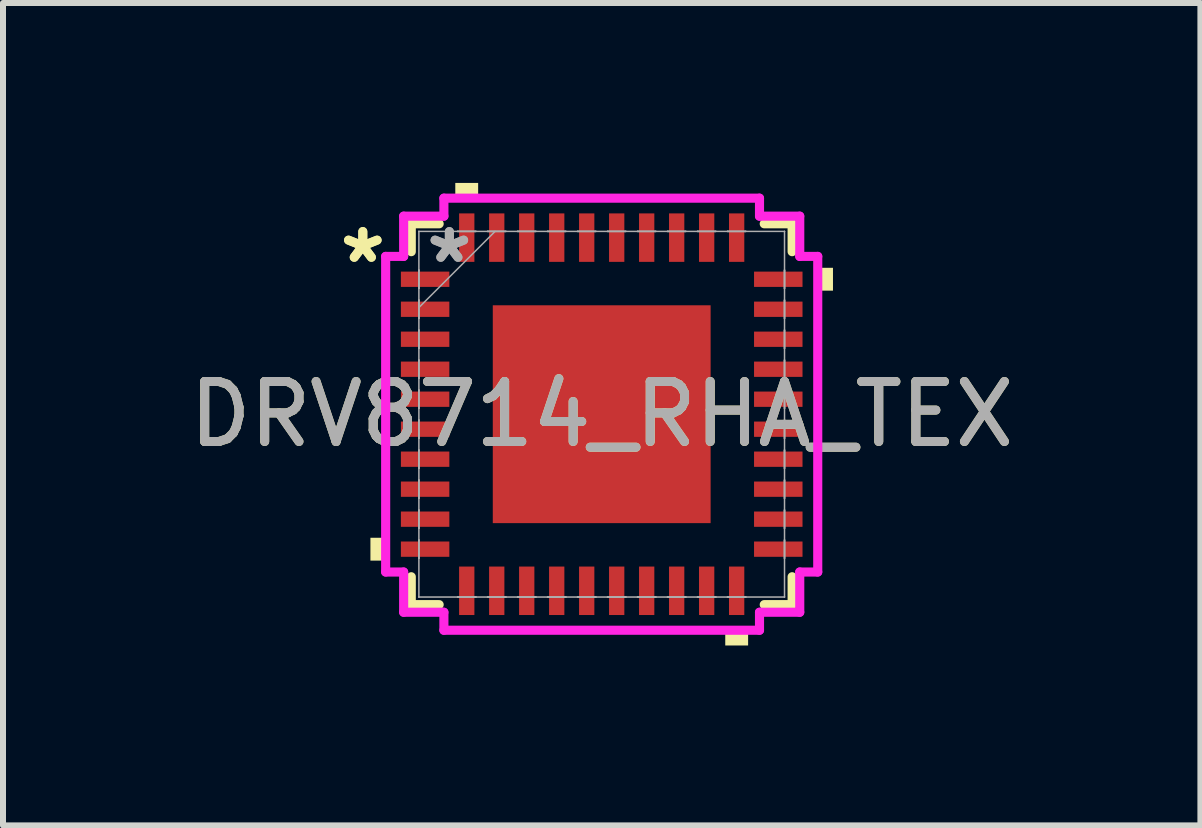
<source format=kicad_pcb>
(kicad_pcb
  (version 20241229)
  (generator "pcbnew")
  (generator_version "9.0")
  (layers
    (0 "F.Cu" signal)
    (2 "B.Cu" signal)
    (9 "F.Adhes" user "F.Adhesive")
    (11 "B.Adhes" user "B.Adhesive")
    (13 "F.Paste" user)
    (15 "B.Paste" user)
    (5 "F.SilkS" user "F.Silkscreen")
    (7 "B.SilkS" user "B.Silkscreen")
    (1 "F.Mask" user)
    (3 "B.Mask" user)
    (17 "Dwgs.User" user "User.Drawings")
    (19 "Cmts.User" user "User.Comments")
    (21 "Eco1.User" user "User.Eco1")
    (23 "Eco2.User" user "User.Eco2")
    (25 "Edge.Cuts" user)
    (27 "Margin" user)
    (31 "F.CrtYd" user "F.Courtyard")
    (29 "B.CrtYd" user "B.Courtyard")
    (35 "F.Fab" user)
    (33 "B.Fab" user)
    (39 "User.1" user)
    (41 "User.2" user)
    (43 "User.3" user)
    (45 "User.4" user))
  (footprint "DRV8714_RHA_TEX"
    (layer "F.Cu")
    (at 6.982 3.856)
    (property "Reference" "DRV8714_RHA_TEX" (at 0 0 0) (unlocked yes) (layer "F.SilkS") (effects (font (size 1 1) (thickness 0.15))))
    (attr smd)
    (fp_line (start -3.175 -3.175) (end -3.175 -2.71) (stroke (width 0.152) (type solid)) (layer "F.SilkS"))
    (fp_line (start -3.175 2.71) (end -3.175 3.175) (stroke (width 0.152) (type solid)) (layer "F.SilkS"))
    (fp_line (start -3.175 3.175) (end -2.71 3.175) (stroke (width 0.152) (type solid)) (layer "F.SilkS"))
    (fp_line (start -2.71 -3.175) (end -3.175 -3.175) (stroke (width 0.152) (type solid)) (layer "F.SilkS"))
    (fp_line (start 2.71 3.175) (end 3.175 3.175) (stroke (width 0.152) (type solid)) (layer "F.SilkS"))
    (fp_line (start 3.175 -3.175) (end 2.71 -3.175) (stroke (width 0.152) (type solid)) (layer "F.SilkS"))
    (fp_line (start 3.175 -2.71) (end 3.175 -3.175) (stroke (width 0.152) (type solid)) (layer "F.SilkS"))
    (fp_line (start 3.175 3.175) (end 3.175 2.71) (stroke (width 0.152) (type solid)) (layer "F.SilkS"))
    (fp_poly (pts (xy -3.856 2.06) (xy -3.856 2.441) (xy -3.602 2.441) (xy -3.602 2.06)) (stroke (width 0) (type solid)) (fill yes) (layer "F.SilkS"))
    (fp_poly (pts (xy -2.441 -3.602) (xy -2.441 -3.856) (xy -2.06 -3.856) (xy -2.06 -3.602)) (stroke (width 0) (type solid)) (fill yes) (layer "F.SilkS"))
    (fp_poly (pts (xy 2.06 3.602) (xy 2.06 3.856) (xy 2.441 3.856) (xy 2.441 3.602)) (stroke (width 0) (type solid)) (fill yes) (layer "F.SilkS"))
    (fp_poly (pts (xy 3.856 -2.441) (xy 3.856 -2.06) (xy 3.602 -2.06) (xy 3.602 -2.441)) (stroke (width 0) (type solid)) (fill yes) (layer "F.SilkS"))
    (fp_poly (pts (xy -1.716 -1.716) (xy -1.716 -0.1) (xy -0.1 -0.1) (xy -0.1 -1.716)) (stroke (width 0) (type solid)) (fill yes) (layer "F.Paste"))
    (fp_poly (pts (xy -1.716 0.1) (xy -1.716 1.716) (xy -0.1 1.716) (xy -0.1 0.1)) (stroke (width 0) (type solid)) (fill yes) (layer "F.Paste"))
    (fp_poly (pts (xy 0.1 -1.716) (xy 0.1 -0.1) (xy 1.716 -0.1) (xy 1.716 -1.716)) (stroke (width 0) (type solid)) (fill yes) (layer "F.Paste"))
    (fp_poly (pts (xy 0.1 0.1) (xy 0.1 1.716) (xy 1.716 1.716) (xy 1.716 0.1)) (stroke (width 0) (type solid)) (fill yes) (layer "F.Paste"))
    (fp_line (start -3.602 -2.631) (end -3.302 -2.631) (stroke (width 0.152) (type solid)) (layer "F.CrtYd"))
    (fp_line (start -3.602 2.631) (end -3.602 -2.631) (stroke (width 0.152) (type solid)) (layer "F.CrtYd"))
    (fp_line (start -3.302 -3.302) (end -2.631 -3.302) (stroke (width 0.152) (type solid)) (layer "F.CrtYd"))
    (fp_line (start -3.302 -2.631) (end -3.302 -3.302) (stroke (width 0.152) (type solid)) (layer "F.CrtYd"))
    (fp_line (start -3.302 2.631) (end -3.602 2.631) (stroke (width 0.152) (type solid)) (layer "F.CrtYd"))
    (fp_line (start -3.302 3.302) (end -3.302 2.631) (stroke (width 0.152) (type solid)) (layer "F.CrtYd"))
    (fp_line (start -2.631 -3.602) (end 2.631 -3.602) (stroke (width 0.152) (type solid)) (layer "F.CrtYd"))
    (fp_line (start -2.631 -3.302) (end -2.631 -3.602) (stroke (width 0.152) (type solid)) (layer "F.CrtYd"))
    (fp_line (start -2.631 3.302) (end -3.302 3.302) (stroke (width 0.152) (type solid)) (layer "F.CrtYd"))
    (fp_line (start -2.631 3.602) (end -2.631 3.302) (stroke (width 0.152) (type solid)) (layer "F.CrtYd"))
    (fp_line (start 2.631 -3.602) (end 2.631 -3.302) (stroke (width 0.152) (type solid)) (layer "F.CrtYd"))
    (fp_line (start 2.631 -3.302) (end 3.302 -3.302) (stroke (width 0.152) (type solid)) (layer "F.CrtYd"))
    (fp_line (start 2.631 3.302) (end 2.631 3.602) (stroke (width 0.152) (type solid)) (layer "F.CrtYd"))
    (fp_line (start 2.631 3.602) (end -2.631 3.602) (stroke (width 0.152) (type solid)) (layer "F.CrtYd"))
    (fp_line (start 3.302 -3.302) (end 3.302 -2.631) (stroke (width 0.152) (type solid)) (layer "F.CrtYd"))
    (fp_line (start 3.302 -2.631) (end 3.602 -2.631) (stroke (width 0.152) (type solid)) (layer "F.CrtYd"))
    (fp_line (start 3.302 2.631) (end 3.302 3.302) (stroke (width 0.152) (type solid)) (layer "F.CrtYd"))
    (fp_line (start 3.302 3.302) (end 2.631 3.302) (stroke (width 0.152) (type solid)) (layer "F.CrtYd"))
    (fp_line (start 3.602 -2.631) (end 3.602 2.631) (stroke (width 0.152) (type solid)) (layer "F.CrtYd"))
    (fp_line (start 3.602 2.631) (end 3.302 2.631) (stroke (width 0.152) (type solid)) (layer "F.CrtYd"))
    (fp_line (start -3.048 -3.048) (end -3.048 -3.048) (stroke (width 0.025) (type solid)) (layer "F.Fab"))
    (fp_line (start -3.048 -3.048) (end -3.048 3.048) (stroke (width 0.025) (type solid)) (layer "F.Fab"))
    (fp_line (start -3.048 -2.402) (end -3.048 -2.402) (stroke (width 0.025) (type solid)) (layer "F.Fab"))
    (fp_line (start -3.048 -2.402) (end -3.048 -2.098) (stroke (width 0.025) (type solid)) (layer "F.Fab"))
    (fp_line (start -3.048 -2.098) (end -3.048 -2.402) (stroke (width 0.025) (type solid)) (layer "F.Fab"))
    (fp_line (start -3.048 -2.098) (end -3.048 -2.098) (stroke (width 0.025) (type solid)) (layer "F.Fab"))
    (fp_line (start -3.048 -1.902) (end -3.048 -1.902) (stroke (width 0.025) (type solid)) (layer "F.Fab"))
    (fp_line (start -3.048 -1.902) (end -3.048 -1.598) (stroke (width 0.025) (type solid)) (layer "F.Fab"))
    (fp_line (start -3.048 -1.778) (end -1.778 -3.048) (stroke (width 0.025) (type solid)) (layer "F.Fab"))
    (fp_line (start -3.048 -1.598) (end -3.048 -1.902) (stroke (width 0.025) (type solid)) (layer "F.Fab"))
    (fp_line (start -3.048 -1.598) (end -3.048 -1.598) (stroke (width 0.025) (type solid)) (layer "F.Fab"))
    (fp_line (start -3.048 -1.402) (end -3.048 -1.402) (stroke (width 0.025) (type solid)) (layer "F.Fab"))
    (fp_line (start -3.048 -1.402) (end -3.048 -1.098) (stroke (width 0.025) (type solid)) (layer "F.Fab"))
    (fp_line (start -3.048 -1.098) (end -3.048 -1.402) (stroke (width 0.025) (type solid)) (layer "F.Fab"))
    (fp_line (start -3.048 -1.098) (end -3.048 -1.098) (stroke (width 0.025) (type solid)) (layer "F.Fab"))
    (fp_line (start -3.048 -0.902) (end -3.048 -0.902) (stroke (width 0.025) (type solid)) (layer "F.Fab"))
    (fp_line (start -3.048 -0.902) (end -3.048 -0.598) (stroke (width 0.025) (type solid)) (layer "F.Fab"))
    (fp_line (start -3.048 -0.598) (end -3.048 -0.902) (stroke (width 0.025) (type solid)) (layer "F.Fab"))
    (fp_line (start -3.048 -0.598) (end -3.048 -0.598) (stroke (width 0.025) (type solid)) (layer "F.Fab"))
    (fp_line (start -3.048 -0.402) (end -3.048 -0.402) (stroke (width 0.025) (type solid)) (layer "F.Fab"))
    (fp_line (start -3.048 -0.402) (end -3.048 -0.098) (stroke (width 0.025) (type solid)) (layer "F.Fab"))
    (fp_line (start -3.048 -0.098) (end -3.048 -0.402) (stroke (width 0.025) (type solid)) (layer "F.Fab"))
    (fp_line (start -3.048 -0.098) (end -3.048 -0.098) (stroke (width 0.025) (type solid)) (layer "F.Fab"))
    (fp_line (start -3.048 0.098) (end -3.048 0.098) (stroke (width 0.025) (type solid)) (layer "F.Fab"))
    (fp_line (start -3.048 0.098) (end -3.048 0.402) (stroke (width 0.025) (type solid)) (layer "F.Fab"))
    (fp_line (start -3.048 0.402) (end -3.048 0.098) (stroke (width 0.025) (type solid)) (layer "F.Fab"))
    (fp_line (start -3.048 0.402) (end -3.048 0.402) (stroke (width 0.025) (type solid)) (layer "F.Fab"))
    (fp_line (start -3.048 0.598) (end -3.048 0.598) (stroke (width 0.025) (type solid)) (layer "F.Fab"))
    (fp_line (start -3.048 0.598) (end -3.048 0.902) (stroke (width 0.025) (type solid)) (layer "F.Fab"))
    (fp_line (start -3.048 0.902) (end -3.048 0.598) (stroke (width 0.025) (type solid)) (layer "F.Fab"))
    (fp_line (start -3.048 0.902) (end -3.048 0.902) (stroke (width 0.025) (type solid)) (layer "F.Fab"))
    (fp_line (start -3.048 1.098) (end -3.048 1.098) (stroke (width 0.025) (type solid)) (layer "F.Fab"))
    (fp_line (start -3.048 1.098) (end -3.048 1.402) (stroke (width 0.025) (type solid)) (layer "F.Fab"))
    (fp_line (start -3.048 1.402) (end -3.048 1.098) (stroke (width 0.025) (type solid)) (layer "F.Fab"))
    (fp_line (start -3.048 1.402) (end -3.048 1.402) (stroke (width 0.025) (type solid)) (layer "F.Fab"))
    (fp_line (start -3.048 1.598) (end -3.048 1.598) (stroke (width 0.025) (type solid)) (layer "F.Fab"))
    (fp_line (start -3.048 1.598) (end -3.048 1.902) (stroke (width 0.025) (type solid)) (layer "F.Fab"))
    (fp_line (start -3.048 1.902) (end -3.048 1.598) (stroke (width 0.025) (type solid)) (layer "F.Fab"))
    (fp_line (start -3.048 1.902) (end -3.048 1.902) (stroke (width 0.025) (type solid)) (layer "F.Fab"))
    (fp_line (start -3.048 2.098) (end -3.048 2.098) (stroke (width 0.025) (type solid)) (layer "F.Fab"))
    (fp_line (start -3.048 2.098) (end -3.048 2.402) (stroke (width 0.025) (type solid)) (layer "F.Fab"))
    (fp_line (start -3.048 2.402) (end -3.048 2.098) (stroke (width 0.025) (type solid)) (layer "F.Fab"))
    (fp_line (start -3.048 2.402) (end -3.048 2.402) (stroke (width 0.025) (type solid)) (layer "F.Fab"))
    (fp_line (start -3.048 3.048) (end -3.048 3.048) (stroke (width 0.025) (type solid)) (layer "F.Fab"))
    (fp_line (start -3.048 3.048) (end 3.048 3.048) (stroke (width 0.025) (type solid)) (layer "F.Fab"))
    (fp_line (start -2.402 -3.048) (end -2.402 -3.048) (stroke (width 0.025) (type solid)) (layer "F.Fab"))
    (fp_line (start -2.402 -3.048) (end -2.098 -3.048) (stroke (width 0.025) (type solid)) (layer "F.Fab"))
    (fp_line (start -2.402 3.048) (end -2.402 3.048) (stroke (width 0.025) (type solid)) (layer "F.Fab"))
    (fp_line (start -2.402 3.048) (end -2.098 3.048) (stroke (width 0.025) (type solid)) (layer "F.Fab"))
    (fp_line (start -2.098 -3.048) (end -2.402 -3.048) (stroke (width 0.025) (type solid)) (layer "F.Fab"))
    (fp_line (start -2.098 -3.048) (end -2.098 -3.048) (stroke (width 0.025) (type solid)) (layer "F.Fab"))
    (fp_line (start -2.098 3.048) (end -2.402 3.048) (stroke (width 0.025) (type solid)) (layer "F.Fab"))
    (fp_line (start -2.098 3.048) (end -2.098 3.048) (stroke (width 0.025) (type solid)) (layer "F.Fab"))
    (fp_line (start -1.902 -3.048) (end -1.902 -3.048) (stroke (width 0.025) (type solid)) (layer "F.Fab"))
    (fp_line (start -1.902 -3.048) (end -1.598 -3.048) (stroke (width 0.025) (type solid)) (layer "F.Fab"))
    (fp_line (start -1.902 3.048) (end -1.902 3.048) (stroke (width 0.025) (type solid)) (layer "F.Fab"))
    (fp_line (start -1.902 3.048) (end -1.598 3.048) (stroke (width 0.025) (type solid)) (layer "F.Fab"))
    (fp_line (start -1.598 -3.048) (end -1.902 -3.048) (stroke (width 0.025) (type solid)) (layer "F.Fab"))
    (fp_line (start -1.598 -3.048) (end -1.598 -3.048) (stroke (width 0.025) (type solid)) (layer "F.Fab"))
    (fp_line (start -1.598 3.048) (end -1.902 3.048) (stroke (width 0.025) (type solid)) (layer "F.Fab"))
    (fp_line (start -1.598 3.048) (end -1.598 3.048) (stroke (width 0.025) (type solid)) (layer "F.Fab"))
    (fp_line (start -1.402 -3.048) (end -1.402 -3.048) (stroke (width 0.025) (type solid)) (layer "F.Fab"))
    (fp_line (start -1.402 -3.048) (end -1.098 -3.048) (stroke (width 0.025) (type solid)) (layer "F.Fab"))
    (fp_line (start -1.402 3.048) (end -1.402 3.048) (stroke (width 0.025) (type solid)) (layer "F.Fab"))
    (fp_line (start -1.402 3.048) (end -1.098 3.048) (stroke (width 0.025) (type solid)) (layer "F.Fab"))
    (fp_line (start -1.098 -3.048) (end -1.402 -3.048) (stroke (width 0.025) (type solid)) (layer "F.Fab"))
    (fp_line (start -1.098 -3.048) (end -1.098 -3.048) (stroke (width 0.025) (type solid)) (layer "F.Fab"))
    (fp_line (start -1.098 3.048) (end -1.402 3.048) (stroke (width 0.025) (type solid)) (layer "F.Fab"))
    (fp_line (start -1.098 3.048) (end -1.098 3.048) (stroke (width 0.025) (type solid)) (layer "F.Fab"))
    (fp_line (start -0.902 -3.048) (end -0.902 -3.048) (stroke (width 0.025) (type solid)) (layer "F.Fab"))
    (fp_line (start -0.902 -3.048) (end -0.598 -3.048) (stroke (width 0.025) (type solid)) (layer "F.Fab"))
    (fp_line (start -0.902 3.048) (end -0.902 3.048) (stroke (width 0.025) (type solid)) (layer "F.Fab"))
    (fp_line (start -0.902 3.048) (end -0.598 3.048) (stroke (width 0.025) (type solid)) (layer "F.Fab"))
    (fp_line (start -0.598 -3.048) (end -0.902 -3.048) (stroke (width 0.025) (type solid)) (layer "F.Fab"))
    (fp_line (start -0.598 -3.048) (end -0.598 -3.048) (stroke (width 0.025) (type solid)) (layer "F.Fab"))
    (fp_line (start -0.598 3.048) (end -0.902 3.048) (stroke (width 0.025) (type solid)) (layer "F.Fab"))
    (fp_line (start -0.598 3.048) (end -0.598 3.048) (stroke (width 0.025) (type solid)) (layer "F.Fab"))
    (fp_line (start -0.402 -3.048) (end -0.402 -3.048) (stroke (width 0.025) (type solid)) (layer "F.Fab"))
    (fp_line (start -0.402 -3.048) (end -0.098 -3.048) (stroke (width 0.025) (type solid)) (layer "F.Fab"))
    (fp_line (start -0.402 3.048) (end -0.402 3.048) (stroke (width 0.025) (type solid)) (layer "F.Fab"))
    (fp_line (start -0.402 3.048) (end -0.098 3.048) (stroke (width 0.025) (type solid)) (layer "F.Fab"))
    (fp_line (start -0.098 -3.048) (end -0.402 -3.048) (stroke (width 0.025) (type solid)) (layer "F.Fab"))
    (fp_line (start -0.098 -3.048) (end -0.098 -3.048) (stroke (width 0.025) (type solid)) (layer "F.Fab"))
    (fp_line (start -0.098 3.048) (end -0.402 3.048) (stroke (width 0.025) (type solid)) (layer "F.Fab"))
    (fp_line (start -0.098 3.048) (end -0.098 3.048) (stroke (width 0.025) (type solid)) (layer "F.Fab"))
    (fp_line (start 0.098 -3.048) (end 0.098 -3.048) (stroke (width 0.025) (type solid)) (layer "F.Fab"))
    (fp_line (start 0.098 -3.048) (end 0.402 -3.048) (stroke (width 0.025) (type solid)) (layer "F.Fab"))
    (fp_line (start 0.098 3.048) (end 0.098 3.048) (stroke (width 0.025) (type solid)) (layer "F.Fab"))
    (fp_line (start 0.098 3.048) (end 0.402 3.048) (stroke (width 0.025) (type solid)) (layer "F.Fab"))
    (fp_line (start 0.402 -3.048) (end 0.098 -3.048) (stroke (width 0.025) (type solid)) (layer "F.Fab"))
    (fp_line (start 0.402 -3.048) (end 0.402 -3.048) (stroke (width 0.025) (type solid)) (layer "F.Fab"))
    (fp_line (start 0.402 3.048) (end 0.098 3.048) (stroke (width 0.025) (type solid)) (layer "F.Fab"))
    (fp_line (start 0.402 3.048) (end 0.402 3.048) (stroke (width 0.025) (type solid)) (layer "F.Fab"))
    (fp_line (start 0.598 -3.048) (end 0.598 -3.048) (stroke (width 0.025) (type solid)) (layer "F.Fab"))
    (fp_line (start 0.598 -3.048) (end 0.902 -3.048) (stroke (width 0.025) (type solid)) (layer "F.Fab"))
    (fp_line (start 0.598 3.048) (end 0.598 3.048) (stroke (width 0.025) (type solid)) (layer "F.Fab"))
    (fp_line (start 0.598 3.048) (end 0.902 3.048) (stroke (width 0.025) (type solid)) (layer "F.Fab"))
    (fp_line (start 0.902 -3.048) (end 0.598 -3.048) (stroke (width 0.025) (type solid)) (layer "F.Fab"))
    (fp_line (start 0.902 -3.048) (end 0.902 -3.048) (stroke (width 0.025) (type solid)) (layer "F.Fab"))
    (fp_line (start 0.902 3.048) (end 0.598 3.048) (stroke (width 0.025) (type solid)) (layer "F.Fab"))
    (fp_line (start 0.902 3.048) (end 0.902 3.048) (stroke (width 0.025) (type solid)) (layer "F.Fab"))
    (fp_line (start 1.098 -3.048) (end 1.098 -3.048) (stroke (width 0.025) (type solid)) (layer "F.Fab"))
    (fp_line (start 1.098 -3.048) (end 1.402 -3.048) (stroke (width 0.025) (type solid)) (layer "F.Fab"))
    (fp_line (start 1.098 3.048) (end 1.098 3.048) (stroke (width 0.025) (type solid)) (layer "F.Fab"))
    (fp_line (start 1.098 3.048) (end 1.402 3.048) (stroke (width 0.025) (type solid)) (layer "F.Fab"))
    (fp_line (start 1.402 -3.048) (end 1.098 -3.048) (stroke (width 0.025) (type solid)) (layer "F.Fab"))
    (fp_line (start 1.402 -3.048) (end 1.402 -3.048) (stroke (width 0.025) (type solid)) (layer "F.Fab"))
    (fp_line (start 1.402 3.048) (end 1.098 3.048) (stroke (width 0.025) (type solid)) (layer "F.Fab"))
    (fp_line (start 1.402 3.048) (end 1.402 3.048) (stroke (width 0.025) (type solid)) (layer "F.Fab"))
    (fp_line (start 1.598 -3.048) (end 1.598 -3.048) (stroke (width 0.025) (type solid)) (layer "F.Fab"))
    (fp_line (start 1.598 -3.048) (end 1.902 -3.048) (stroke (width 0.025) (type solid)) (layer "F.Fab"))
    (fp_line (start 1.598 3.048) (end 1.598 3.048) (stroke (width 0.025) (type solid)) (layer "F.Fab"))
    (fp_line (start 1.598 3.048) (end 1.902 3.048) (stroke (width 0.025) (type solid)) (layer "F.Fab"))
    (fp_line (start 1.902 -3.048) (end 1.598 -3.048) (stroke (width 0.025) (type solid)) (layer "F.Fab"))
    (fp_line (start 1.902 -3.048) (end 1.902 -3.048) (stroke (width 0.025) (type solid)) (layer "F.Fab"))
    (fp_line (start 1.902 3.048) (end 1.598 3.048) (stroke (width 0.025) (type solid)) (layer "F.Fab"))
    (fp_line (start 1.902 3.048) (end 1.902 3.048) (stroke (width 0.025) (type solid)) (layer "F.Fab"))
    (fp_line (start 2.098 -3.048) (end 2.098 -3.048) (stroke (width 0.025) (type solid)) (layer "F.Fab"))
    (fp_line (start 2.098 -3.048) (end 2.402 -3.048) (stroke (width 0.025) (type solid)) (layer "F.Fab"))
    (fp_line (start 2.098 3.048) (end 2.098 3.048) (stroke (width 0.025) (type solid)) (layer "F.Fab"))
    (fp_line (start 2.098 3.048) (end 2.402 3.048) (stroke (width 0.025) (type solid)) (layer "F.Fab"))
    (fp_line (start 2.402 -3.048) (end 2.098 -3.048) (stroke (width 0.025) (type solid)) (layer "F.Fab"))
    (fp_line (start 2.402 -3.048) (end 2.402 -3.048) (stroke (width 0.025) (type solid)) (layer "F.Fab"))
    (fp_line (start 2.402 3.048) (end 2.098 3.048) (stroke (width 0.025) (type solid)) (layer "F.Fab"))
    (fp_line (start 2.402 3.048) (end 2.402 3.048) (stroke (width 0.025) (type solid)) (layer "F.Fab"))
    (fp_line (start 3.048 -3.048) (end -3.048 -3.048) (stroke (width 0.025) (type solid)) (layer "F.Fab"))
    (fp_line (start 3.048 -3.048) (end 3.048 -3.048) (stroke (width 0.025) (type solid)) (layer "F.Fab"))
    (fp_line (start 3.048 -2.402) (end 3.048 -2.402) (stroke (width 0.025) (type solid)) (layer "F.Fab"))
    (fp_line (start 3.048 -2.402) (end 3.048 -2.098) (stroke (width 0.025) (type solid)) (layer "F.Fab"))
    (fp_line (start 3.048 -2.098) (end 3.048 -2.402) (stroke (width 0.025) (type solid)) (layer "F.Fab"))
    (fp_line (start 3.048 -2.098) (end 3.048 -2.098) (stroke (width 0.025) (type solid)) (layer "F.Fab"))
    (fp_line (start 3.048 -1.902) (end 3.048 -1.902) (stroke (width 0.025) (type solid)) (layer "F.Fab"))
    (fp_line (start 3.048 -1.902) (end 3.048 -1.598) (stroke (width 0.025) (type solid)) (layer "F.Fab"))
    (fp_line (start 3.048 -1.598) (end 3.048 -1.902) (stroke (width 0.025) (type solid)) (layer "F.Fab"))
    (fp_line (start 3.048 -1.598) (end 3.048 -1.598) (stroke (width 0.025) (type solid)) (layer "F.Fab"))
    (fp_line (start 3.048 -1.402) (end 3.048 -1.402) (stroke (width 0.025) (type solid)) (layer "F.Fab"))
    (fp_line (start 3.048 -1.402) (end 3.048 -1.098) (stroke (width 0.025) (type solid)) (layer "F.Fab"))
    (fp_line (start 3.048 -1.098) (end 3.048 -1.402) (stroke (width 0.025) (type solid)) (layer "F.Fab"))
    (fp_line (start 3.048 -1.098) (end 3.048 -1.098) (stroke (width 0.025) (type solid)) (layer "F.Fab"))
    (fp_line (start 3.048 -0.902) (end 3.048 -0.902) (stroke (width 0.025) (type solid)) (layer "F.Fab"))
    (fp_line (start 3.048 -0.902) (end 3.048 -0.598) (stroke (width 0.025) (type solid)) (layer "F.Fab"))
    (fp_line (start 3.048 -0.598) (end 3.048 -0.902) (stroke (width 0.025) (type solid)) (layer "F.Fab"))
    (fp_line (start 3.048 -0.598) (end 3.048 -0.598) (stroke (width 0.025) (type solid)) (layer "F.Fab"))
    (fp_line (start 3.048 -0.402) (end 3.048 -0.402) (stroke (width 0.025) (type solid)) (layer "F.Fab"))
    (fp_line (start 3.048 -0.402) (end 3.048 -0.098) (stroke (width 0.025) (type solid)) (layer "F.Fab"))
    (fp_line (start 3.048 -0.098) (end 3.048 -0.402) (stroke (width 0.025) (type solid)) (layer "F.Fab"))
    (fp_line (start 3.048 -0.098) (end 3.048 -0.098) (stroke (width 0.025) (type solid)) (layer "F.Fab"))
    (fp_line (start 3.048 0.098) (end 3.048 0.098) (stroke (width 0.025) (type solid)) (layer "F.Fab"))
    (fp_line (start 3.048 0.098) (end 3.048 0.402) (stroke (width 0.025) (type solid)) (layer "F.Fab"))
    (fp_line (start 3.048 0.402) (end 3.048 0.098) (stroke (width 0.025) (type solid)) (layer "F.Fab"))
    (fp_line (start 3.048 0.402) (end 3.048 0.402) (stroke (width 0.025) (type solid)) (layer "F.Fab"))
    (fp_line (start 3.048 0.598) (end 3.048 0.598) (stroke (width 0.025) (type solid)) (layer "F.Fab"))
    (fp_line (start 3.048 0.598) (end 3.048 0.902) (stroke (width 0.025) (type solid)) (layer "F.Fab"))
    (fp_line (start 3.048 0.902) (end 3.048 0.598) (stroke (width 0.025) (type solid)) (layer "F.Fab"))
    (fp_line (start 3.048 0.902) (end 3.048 0.902) (stroke (width 0.025) (type solid)) (layer "F.Fab"))
    (fp_line (start 3.048 1.098) (end 3.048 1.098) (stroke (width 0.025) (type solid)) (layer "F.Fab"))
    (fp_line (start 3.048 1.098) (end 3.048 1.402) (stroke (width 0.025) (type solid)) (layer "F.Fab"))
    (fp_line (start 3.048 1.402) (end 3.048 1.098) (stroke (width 0.025) (type solid)) (layer "F.Fab"))
    (fp_line (start 3.048 1.402) (end 3.048 1.402) (stroke (width 0.025) (type solid)) (layer "F.Fab"))
    (fp_line (start 3.048 1.598) (end 3.048 1.598) (stroke (width 0.025) (type solid)) (layer "F.Fab"))
    (fp_line (start 3.048 1.598) (end 3.048 1.902) (stroke (width 0.025) (type solid)) (layer "F.Fab"))
    (fp_line (start 3.048 1.902) (end 3.048 1.598) (stroke (width 0.025) (type solid)) (layer "F.Fab"))
    (fp_line (start 3.048 1.902) (end 3.048 1.902) (stroke (width 0.025) (type solid)) (layer "F.Fab"))
    (fp_line (start 3.048 2.098) (end 3.048 2.098) (stroke (width 0.025) (type solid)) (layer "F.Fab"))
    (fp_line (start 3.048 2.098) (end 3.048 2.402) (stroke (width 0.025) (type solid)) (layer "F.Fab"))
    (fp_line (start 3.048 2.402) (end 3.048 2.098) (stroke (width 0.025) (type solid)) (layer "F.Fab"))
    (fp_line (start 3.048 2.402) (end 3.048 2.402) (stroke (width 0.025) (type solid)) (layer "F.Fab"))
    (fp_line (start 3.048 3.048) (end 3.048 -3.048) (stroke (width 0.025) (type solid)) (layer "F.Fab"))
    (fp_line (start 3.048 3.048) (end 3.048 3.048) (stroke (width 0.025) (type solid)) (layer "F.Fab"))
    (fp_text user "*" (at -3.983 -2.5 0) (layer "F.SilkS") (effects (font (size 1 1) (thickness 0.15))))
    (fp_text user "*" (at -3.983 -2.5 0) (unlocked yes) (layer "F.SilkS") (effects (font (size 1 1) (thickness 0.15))))
    (fp_text user "*" (at -2.54 -2.5 0) (layer "F.Fab") (effects (font (size 1 1) (thickness 0.15))))
    (fp_text user "${REFERENCE}" (at 0 0 0) (unlocked yes) (layer "F.Fab") (effects (font (size 1 1) (thickness 0.15))))
    (fp_text user "*" (at -2.54 -2.5 0) (unlocked yes) (layer "F.Fab") (effects (font (size 1 1) (thickness 0.15))))
    (pad "1" smd rect (at -2.944 -2.25 90) (size 0.255 0.808) (layers "F.Cu" "F.Mask" "F.Paste"))
    (pad "2" smd rect (at -2.944 -1.75 90) (size 0.255 0.808) (layers "F.Cu" "F.Mask" "F.Paste"))
    (pad "3" smd rect (at -2.944 -1.25 90) (size 0.255 0.808) (layers "F.Cu" "F.Mask" "F.Paste"))
    (pad "4" smd rect (at -2.944 -0.75 90) (size 0.255 0.808) (layers "F.Cu" "F.Mask" "F.Paste"))
    (pad "5" smd rect (at -2.944 -0.25 90) (size 0.255 0.808) (layers "F.Cu" "F.Mask" "F.Paste"))
    (pad "6" smd rect (at -2.944 0.25 90) (size 0.255 0.808) (layers "F.Cu" "F.Mask" "F.Paste"))
    (pad "7" smd rect (at -2.944 0.75 90) (size 0.255 0.808) (layers "F.Cu" "F.Mask" "F.Paste"))
    (pad "8" smd rect (at -2.944 1.25 90) (size 0.255 0.808) (layers "F.Cu" "F.Mask" "F.Paste"))
    (pad "9" smd rect (at -2.944 1.75 90) (size 0.255 0.808) (layers "F.Cu" "F.Mask" "F.Paste"))
    (pad "10" smd rect (at -2.944 2.25 90) (size 0.255 0.808) (layers "F.Cu" "F.Mask" "F.Paste"))
    (pad "11" smd rect (at -2.25 2.944) (size 0.255 0.808) (layers "F.Cu" "F.Mask" "F.Paste"))
    (pad "12" smd rect (at -1.75 2.944) (size 0.255 0.808) (layers "F.Cu" "F.Mask" "F.Paste"))
    (pad "13" smd rect (at -1.25 2.944) (size 0.255 0.808) (layers "F.Cu" "F.Mask" "F.Paste"))
    (pad "14" smd rect (at -0.75 2.944) (size 0.255 0.808) (layers "F.Cu" "F.Mask" "F.Paste"))
    (pad "15" smd rect (at -0.25 2.944) (size 0.255 0.808) (layers "F.Cu" "F.Mask" "F.Paste"))
    (pad "16" smd rect (at 0.25 2.944) (size 0.255 0.808) (layers "F.Cu" "F.Mask" "F.Paste"))
    (pad "17" smd rect (at 0.75 2.944) (size 0.255 0.808) (layers "F.Cu" "F.Mask" "F.Paste"))
    (pad "18" smd rect (at 1.25 2.944) (size 0.255 0.808) (layers "F.Cu" "F.Mask" "F.Paste"))
    (pad "19" smd rect (at 1.75 2.944) (size 0.255 0.808) (layers "F.Cu" "F.Mask" "F.Paste"))
    (pad "20" smd rect (at 2.25 2.944) (size 0.255 0.808) (layers "F.Cu" "F.Mask" "F.Paste"))
    (pad "21" smd rect (at 2.944 2.25 90) (size 0.255 0.808) (layers "F.Cu" "F.Mask" "F.Paste"))
    (pad "22" smd rect (at 2.944 1.75 90) (size 0.255 0.808) (layers "F.Cu" "F.Mask" "F.Paste"))
    (pad "23" smd rect (at 2.944 1.25 90) (size 0.255 0.808) (layers "F.Cu" "F.Mask" "F.Paste"))
    (pad "24" smd rect (at 2.944 0.75 90) (size 0.255 0.808) (layers "F.Cu" "F.Mask" "F.Paste"))
    (pad "25" smd rect (at 2.944 0.25 90) (size 0.255 0.808) (layers "F.Cu" "F.Mask" "F.Paste"))
    (pad "26" smd rect (at 2.944 -0.25 90) (size 0.255 0.808) (layers "F.Cu" "F.Mask" "F.Paste"))
    (pad "27" smd rect (at 2.944 -0.75 90) (size 0.255 0.808) (layers "F.Cu" "F.Mask" "F.Paste"))
    (pad "28" smd rect (at 2.944 -1.25 90) (size 0.255 0.808) (layers "F.Cu" "F.Mask" "F.Paste"))
    (pad "29" smd rect (at 2.944 -1.75 90) (size 0.255 0.808) (layers "F.Cu" "F.Mask" "F.Paste"))
    (pad "30" smd rect (at 2.944 -2.25 90) (size 0.255 0.808) (layers "F.Cu" "F.Mask" "F.Paste"))
    (pad "31" smd rect (at 2.25 -2.944) (size 0.255 0.808) (layers "F.Cu" "F.Mask" "F.Paste"))
    (pad "32" smd rect (at 1.75 -2.944) (size 0.255 0.808) (layers "F.Cu" "F.Mask" "F.Paste"))
    (pad "33" smd rect (at 1.25 -2.944) (size 0.255 0.808) (layers "F.Cu" "F.Mask" "F.Paste"))
    (pad "34" smd rect (at 0.75 -2.944) (size 0.255 0.808) (layers "F.Cu" "F.Mask" "F.Paste"))
    (pad "35" smd rect (at 0.25 -2.944) (size 0.255 0.808) (layers "F.Cu" "F.Mask" "F.Paste"))
    (pad "36" smd rect (at -0.25 -2.944) (size 0.255 0.808) (layers "F.Cu" "F.Mask" "F.Paste"))
    (pad "37" smd rect (at -0.75 -2.944) (size 0.255 0.808) (layers "F.Cu" "F.Mask" "F.Paste"))
    (pad "38" smd rect (at -1.25 -2.944) (size 0.255 0.808) (layers "F.Cu" "F.Mask" "F.Paste"))
    (pad "39" smd rect (at -1.75 -2.944) (size 0.255 0.808) (layers "F.Cu" "F.Mask" "F.Paste"))
    (pad "40" smd rect (at -2.25 -2.944) (size 0.255 0.808) (layers "F.Cu" "F.Mask" "F.Paste"))
    (pad "41" smd rect (at 0 0) (size 3.632 3.632) (layers "F.Cu" "F.Mask")))
  (gr_rect
    (start -3 -3)
    (end 16.964 10.712)
    (stroke (width 0.1) (type default))
    (fill no)
    (layer "Edge.Cuts")))
</source>
